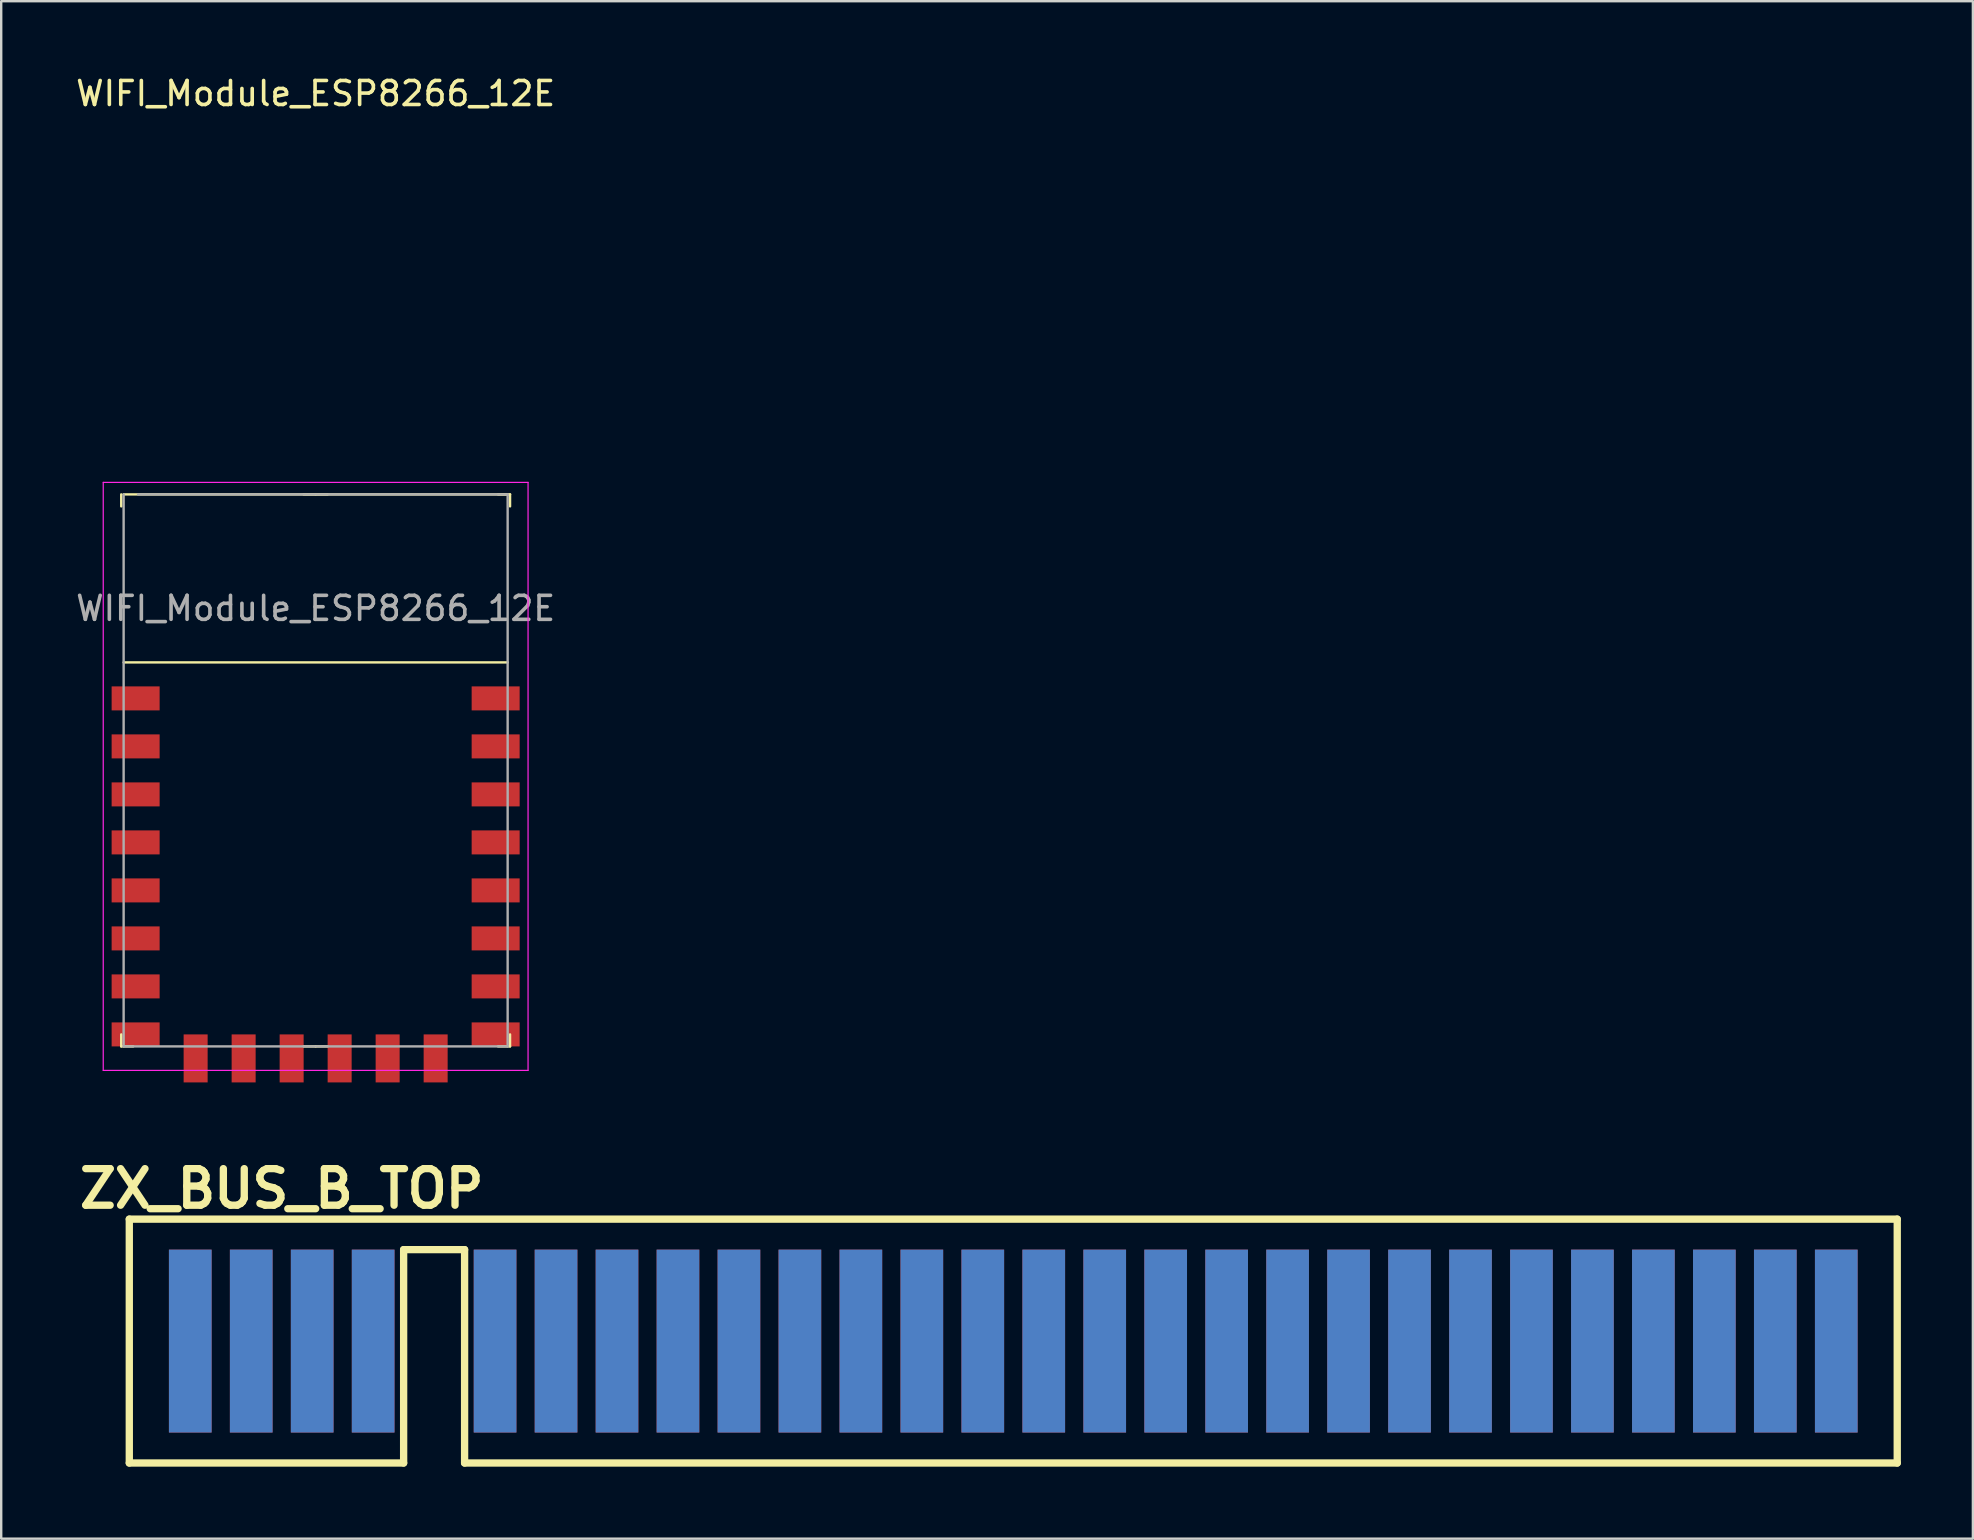
<source format=kicad_pcb>
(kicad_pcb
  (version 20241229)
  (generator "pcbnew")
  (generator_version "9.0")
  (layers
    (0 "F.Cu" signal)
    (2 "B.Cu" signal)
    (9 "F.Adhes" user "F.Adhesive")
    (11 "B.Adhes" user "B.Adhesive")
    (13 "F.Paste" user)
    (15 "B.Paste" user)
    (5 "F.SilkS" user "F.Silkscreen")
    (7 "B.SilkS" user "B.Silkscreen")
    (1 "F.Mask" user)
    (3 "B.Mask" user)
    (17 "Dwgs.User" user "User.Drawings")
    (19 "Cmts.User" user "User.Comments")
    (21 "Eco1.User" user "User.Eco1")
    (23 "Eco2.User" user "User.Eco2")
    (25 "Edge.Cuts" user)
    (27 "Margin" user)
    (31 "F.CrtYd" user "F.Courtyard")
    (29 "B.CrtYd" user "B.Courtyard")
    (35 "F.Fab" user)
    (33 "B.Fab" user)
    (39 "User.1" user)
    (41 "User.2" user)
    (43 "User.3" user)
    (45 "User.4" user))
  (footprint "WIFI_Module_ESP8266_12E"
    (layer "F.Cu")
    (at 10.101 17.548)
    (property "Reference" "WIFI_Module_ESP8266_12E" (at 0 -16.7 0) (layer "F.SilkS") (effects (font (size 1 1) (thickness 0.15))))
    (attr smd)
    (fp_line (start -8.1 0) (end -8.1 0.5) (stroke (width 0.1) (type solid)) (layer "F.SilkS"))
    (fp_line (start -8.1 22.5) (end -8.1 23) (stroke (width 0.1) (type solid)) (layer "F.SilkS"))
    (fp_line (start -8.1 23) (end -7.6 23) (stroke (width 0.1) (type solid)) (layer "F.SilkS"))
    (fp_line (start -8 0) (end 8 0) (stroke (width 0.1) (type solid)) (layer "F.SilkS"))
    (fp_line (start -8 7) (end 8 7) (stroke (width 0.1) (type solid)) (layer "F.SilkS"))
    (fp_line (start 0 0) (end -0.5 0) (stroke (width 0.1) (type solid)) (layer "F.SilkS"))
    (fp_line (start 0 0) (end 0.5 0) (stroke (width 0.1) (type solid)) (layer "F.SilkS"))
    (fp_line (start 0 23) (end -0.5 23) (stroke (width 0.1) (type solid)) (layer "F.SilkS"))
    (fp_line (start 0 23) (end 0.5 23) (stroke (width 0.1) (type solid)) (layer "F.SilkS"))
    (fp_line (start 8.1 0) (end 7.6 0) (stroke (width 0.1) (type solid)) (layer "F.SilkS"))
    (fp_line (start 8.1 0) (end 8.1 0.5) (stroke (width 0.1) (type solid)) (layer "F.SilkS"))
    (fp_line (start 8.1 22.5) (end 8.1 23) (stroke (width 0.1) (type solid)) (layer "F.SilkS"))
    (fp_line (start 8.1 23) (end 7.6 23) (stroke (width 0.1) (type solid)) (layer "F.SilkS"))
    (fp_line (start -8.85 -0.5) (end -8.85 24) (stroke (width 0.05) (type solid)) (layer "F.CrtYd"))
    (fp_line (start 8.85 -0.5) (end -8.85 -0.5) (stroke (width 0.05) (type solid)) (layer "F.CrtYd"))
    (fp_line (start 8.85 -0.5) (end 8.85 24) (stroke (width 0.05) (type solid)) (layer "F.CrtYd"))
    (fp_line (start 8.85 24) (end -8.85 24) (stroke (width 0.05) (type solid)) (layer "F.CrtYd"))
    (fp_line (start -8 0) (end -8 23) (stroke (width 0.1) (type solid)) (layer "F.Fab"))
    (fp_line (start -8 23) (end 8 23) (stroke (width 0.1) (type solid)) (layer "F.Fab"))
    (fp_line (start -7.4 0) (end 8 0) (stroke (width 0.1) (type solid)) (layer "F.Fab"))
    (fp_line (start 8 0) (end 8 23) (stroke (width 0.1) (type solid)) (layer "F.Fab"))
    (fp_text user "${REFERENCE}" (at 0 4.75 0) (layer "F.Fab") (effects (font (size 1 1) (thickness 0.15))))
    (pad "1" smd rect (at -7.5 8.5) (size 2 1) (layers "F.Cu" "F.Mask" "F.Paste"))
    (pad "2" smd rect (at -7.5 10.5) (size 2 1) (layers "F.Cu" "F.Mask" "F.Paste"))
    (pad "3" smd rect (at -7.5 12.5) (size 2 1) (layers "F.Cu" "F.Mask" "F.Paste"))
    (pad "4" smd rect (at -7.5 14.5) (size 2 1) (layers "F.Cu" "F.Mask" "F.Paste"))
    (pad "5" smd rect (at -7.5 16.5) (size 2 1) (layers "F.Cu" "F.Mask" "F.Paste"))
    (pad "6" smd rect (at -7.5 18.5) (size 2 1) (layers "F.Cu" "F.Mask" "F.Paste"))
    (pad "7" smd rect (at -7.5 20.5) (size 2 1) (layers "F.Cu" "F.Mask" "F.Paste"))
    (pad "8" smd rect (at -7.5 22.5) (size 2 1) (layers "F.Cu" "F.Mask" "F.Paste"))
    (pad "9" smd rect (at -5 23.5) (size 1 2) (layers "F.Cu" "F.Mask" "F.Paste"))
    (pad "10" smd rect (at -3 23.5) (size 1 2) (layers "F.Cu" "F.Mask" "F.Paste"))
    (pad "11" smd rect (at -1 23.5) (size 1 2) (layers "F.Cu" "F.Mask" "F.Paste"))
    (pad "12" smd rect (at 1 23.5) (size 1 2) (layers "F.Cu" "F.Mask" "F.Paste"))
    (pad "13" smd rect (at 3 23.5) (size 1 2) (layers "F.Cu" "F.Mask" "F.Paste"))
    (pad "14" smd rect (at 5 23.5) (size 1 2) (layers "F.Cu" "F.Mask" "F.Paste"))
    (pad "15" smd rect (at 7.5 22.5) (size 2 1) (layers "F.Cu" "F.Mask" "F.Paste"))
    (pad "16" smd rect (at 7.5 20.5) (size 2 1) (layers "F.Cu" "F.Mask" "F.Paste"))
    (pad "17" smd rect (at 7.5 18.5) (size 2 1) (layers "F.Cu" "F.Mask" "F.Paste"))
    (pad "18" smd rect (at 7.5 16.5) (size 2 1) (layers "F.Cu" "F.Mask" "F.Paste"))
    (pad "19" smd rect (at 7.5 14.5) (size 2 1) (layers "F.Cu" "F.Mask" "F.Paste"))
    (pad "20" smd rect (at 7.5 12.5) (size 2 1) (layers "F.Cu" "F.Mask" "F.Paste"))
    (pad "21" smd rect (at 7.5 10.5) (size 2 1) (layers "F.Cu" "F.Mask" "F.Paste"))
    (pad "22" smd rect (at 7.5 8.5) (size 2 1) (layers "F.Cu" "F.Mask" "F.Paste")))
  (footprint "ZX_BUS_B_TOP"
    (layer "F.Cu")
    (at 30.277 52.825)
    (property "Reference" "ZX_BUS_B_TOP" (at -21.59 -6.35 0) (layer "F.SilkS") (effects (font (size 1.524 1.524) (thickness 0.305))))
    (attr through_hole)
    (fp_line (start -27.94 -5.08) (end 45.72 -5.08) (stroke (width 0.305) (type solid)) (layer "F.SilkS"))
    (fp_line (start -27.94 5.08) (end -27.94 -5.08) (stroke (width 0.305) (type solid)) (layer "F.SilkS"))
    (fp_line (start -16.51 -3.81) (end -16.51 5.08) (stroke (width 0.305) (type solid)) (layer "F.SilkS"))
    (fp_line (start -16.51 5.08) (end -27.94 5.08) (stroke (width 0.305) (type solid)) (layer "F.SilkS"))
    (fp_line (start -13.97 -3.81) (end -16.51 -3.81) (stroke (width 0.305) (type solid)) (layer "F.SilkS"))
    (fp_line (start -13.97 5.08) (end -13.97 -3.81) (stroke (width 0.305) (type solid)) (layer "F.SilkS"))
    (fp_line (start 45.72 -5.08) (end 45.72 5.08) (stroke (width 0.305) (type solid)) (layer "F.SilkS"))
    (fp_line (start 45.72 5.08) (end -13.97 5.08) (stroke (width 0.305) (type solid)) (layer "F.SilkS"))
    (pad "A1" connect rect (at -25.4 0) (size 1.778 7.62) (layers "B.Cu" "B.Mask"))
    (pad "A2" connect rect (at -22.86 0) (size 1.778 7.62) (layers "B.Cu" "B.Mask"))
    (pad "A3" connect rect (at -20.32 0) (size 1.778 7.62) (layers "B.Cu" "B.Mask"))
    (pad "A4" connect rect (at -17.78 0) (size 1.778 7.62) (layers "B.Cu" "B.Mask"))
    (pad "A6" connect rect (at -12.7 0) (size 1.778 7.62) (layers "B.Cu" "B.Mask"))
    (pad "A7" connect rect (at -10.16 0) (size 1.778 7.62) (layers "B.Cu" "B.Mask"))
    (pad "A8" connect rect (at -7.62 0) (size 1.778 7.62) (layers "B.Cu" "B.Mask"))
    (pad "A9" connect rect (at -5.08 0) (size 1.778 7.62) (layers "B.Cu" "B.Mask"))
    (pad "A10" connect rect (at -2.54 0) (size 1.778 7.62) (layers "B.Cu" "B.Mask"))
    (pad "A11" connect rect (at 0 0) (size 1.778 7.62) (layers "B.Cu" "B.Mask"))
    (pad "A12" connect rect (at 2.54 0) (size 1.778 7.62) (layers "B.Cu" "B.Mask"))
    (pad "A13" connect rect (at 5.08 0) (size 1.778 7.62) (layers "B.Cu" "B.Mask"))
    (pad "A14" connect rect (at 7.62 0) (size 1.778 7.62) (layers "B.Cu" "B.Mask"))
    (pad "A15" connect rect (at 10.16 0) (size 1.778 7.62) (layers "B.Cu" "B.Mask"))
    (pad "A16" connect rect (at 12.7 0) (size 1.778 7.62) (layers "B.Cu" "B.Mask"))
    (pad "A17" connect rect (at 15.24 0) (size 1.778 7.62) (layers "B.Cu" "B.Mask"))
    (pad "A18" connect rect (at 17.78 0) (size 1.778 7.62) (layers "B.Cu" "B.Mask"))
    (pad "A19" connect rect (at 20.32 0) (size 1.778 7.62) (layers "B.Cu" "B.Mask"))
    (pad "A20" connect rect (at 22.86 0) (size 1.778 7.62) (layers "B.Cu" "B.Mask"))
    (pad "A21" connect rect (at 25.4 0) (size 1.778 7.62) (layers "B.Cu" "B.Mask"))
    (pad "A22" connect rect (at 27.94 0) (size 1.778 7.62) (layers "B.Cu" "B.Mask"))
    (pad "A23" connect rect (at 30.48 0) (size 1.778 7.62) (layers "B.Cu" "B.Mask"))
    (pad "A24" connect rect (at 33.02 0) (size 1.778 7.62) (layers "B.Cu" "B.Mask"))
    (pad "A25" connect rect (at 35.56 0) (size 1.778 7.62) (layers "B.Cu" "B.Mask"))
    (pad "A26" connect rect (at 38.1 0) (size 1.778 7.62) (layers "B.Cu" "B.Mask"))
    (pad "A27" connect rect (at 40.64 0) (size 1.778 7.62) (layers "B.Cu" "B.Mask"))
    (pad "A28" connect rect (at 43.18 0) (size 1.778 7.62) (layers "B.Cu" "B.Mask"))
    (pad "B1" connect rect (at -25.4 0) (size 1.778 7.62) (layers "F.Cu" "F.Mask"))
    (pad "B2" connect rect (at -22.86 0) (size 1.778 7.62) (layers "F.Cu" "F.Mask"))
    (pad "B3" connect rect (at -20.32 0) (size 1.778 7.62) (layers "F.Cu" "F.Mask"))
    (pad "B4" connect rect (at -17.78 0) (size 1.778 7.62) (layers "F.Cu" "F.Mask"))
    (pad "B6" connect rect (at -12.7 0) (size 1.778 7.62) (layers "F.Cu" "F.Mask"))
    (pad "B7" connect rect (at -10.16 0) (size 1.778 7.62) (layers "F.Cu" "F.Mask"))
    (pad "B8" connect rect (at -7.62 0) (size 1.778 7.62) (layers "F.Cu" "F.Mask"))
    (pad "B9" connect rect (at -5.08 0) (size 1.778 7.62) (layers "F.Cu" "F.Mask"))
    (pad "B10" connect rect (at -2.54 0) (size 1.778 7.62) (layers "F.Cu" "F.Mask"))
    (pad "B11" connect rect (at 0 0) (size 1.778 7.62) (layers "F.Cu" "F.Mask"))
    (pad "B12" connect rect (at 2.54 0) (size 1.778 7.62) (layers "F.Cu" "F.Mask"))
    (pad "B13" connect rect (at 5.08 0) (size 1.778 7.62) (layers "F.Cu" "F.Mask"))
    (pad "B14" connect rect (at 7.62 0) (size 1.778 7.62) (layers "F.Cu" "F.Mask"))
    (pad "B15" connect rect (at 10.16 0) (size 1.778 7.62) (layers "F.Cu" "F.Mask"))
    (pad "B16" connect rect (at 12.7 0) (size 1.778 7.62) (layers "F.Cu" "F.Mask"))
    (pad "B17" connect rect (at 15.24 0) (size 1.778 7.62) (layers "F.Cu" "F.Mask"))
    (pad "B18" connect rect (at 17.78 0) (size 1.778 7.62) (layers "F.Cu" "F.Mask"))
    (pad "B19" connect rect (at 20.32 0) (size 1.778 7.62) (layers "F.Cu" "F.Mask"))
    (pad "B20" connect rect (at 22.86 0) (size 1.778 7.62) (layers "F.Cu" "F.Mask"))
    (pad "B21" connect rect (at 25.4 0) (size 1.778 7.62) (layers "F.Cu" "F.Mask"))
    (pad "B22" connect rect (at 27.94 0) (size 1.778 7.62) (layers "F.Cu" "F.Mask"))
    (pad "B23" connect rect (at 30.48 0) (size 1.778 7.62) (layers "F.Cu" "F.Mask"))
    (pad "B24" connect rect (at 33.02 0) (size 1.778 7.62) (layers "F.Cu" "F.Mask"))
    (pad "B25" connect rect (at 35.56 0) (size 1.778 7.62) (layers "F.Cu" "F.Mask"))
    (pad "B26" connect rect (at 38.1 0) (size 1.778 7.62) (layers "F.Cu" "F.Mask"))
    (pad "B27" connect rect (at 40.64 0) (size 1.778 7.62) (layers "F.Cu" "F.Mask"))
    (pad "B28" connect rect (at 43.18 0) (size 1.778 7.62) (layers "F.Cu" "F.Mask")))
  (gr_rect
    (start -3 -3)
    (end 79.149 61.057)
    (stroke (width 0.1) (type default))
    (fill no)
    (layer "Edge.Cuts")))
</source>
